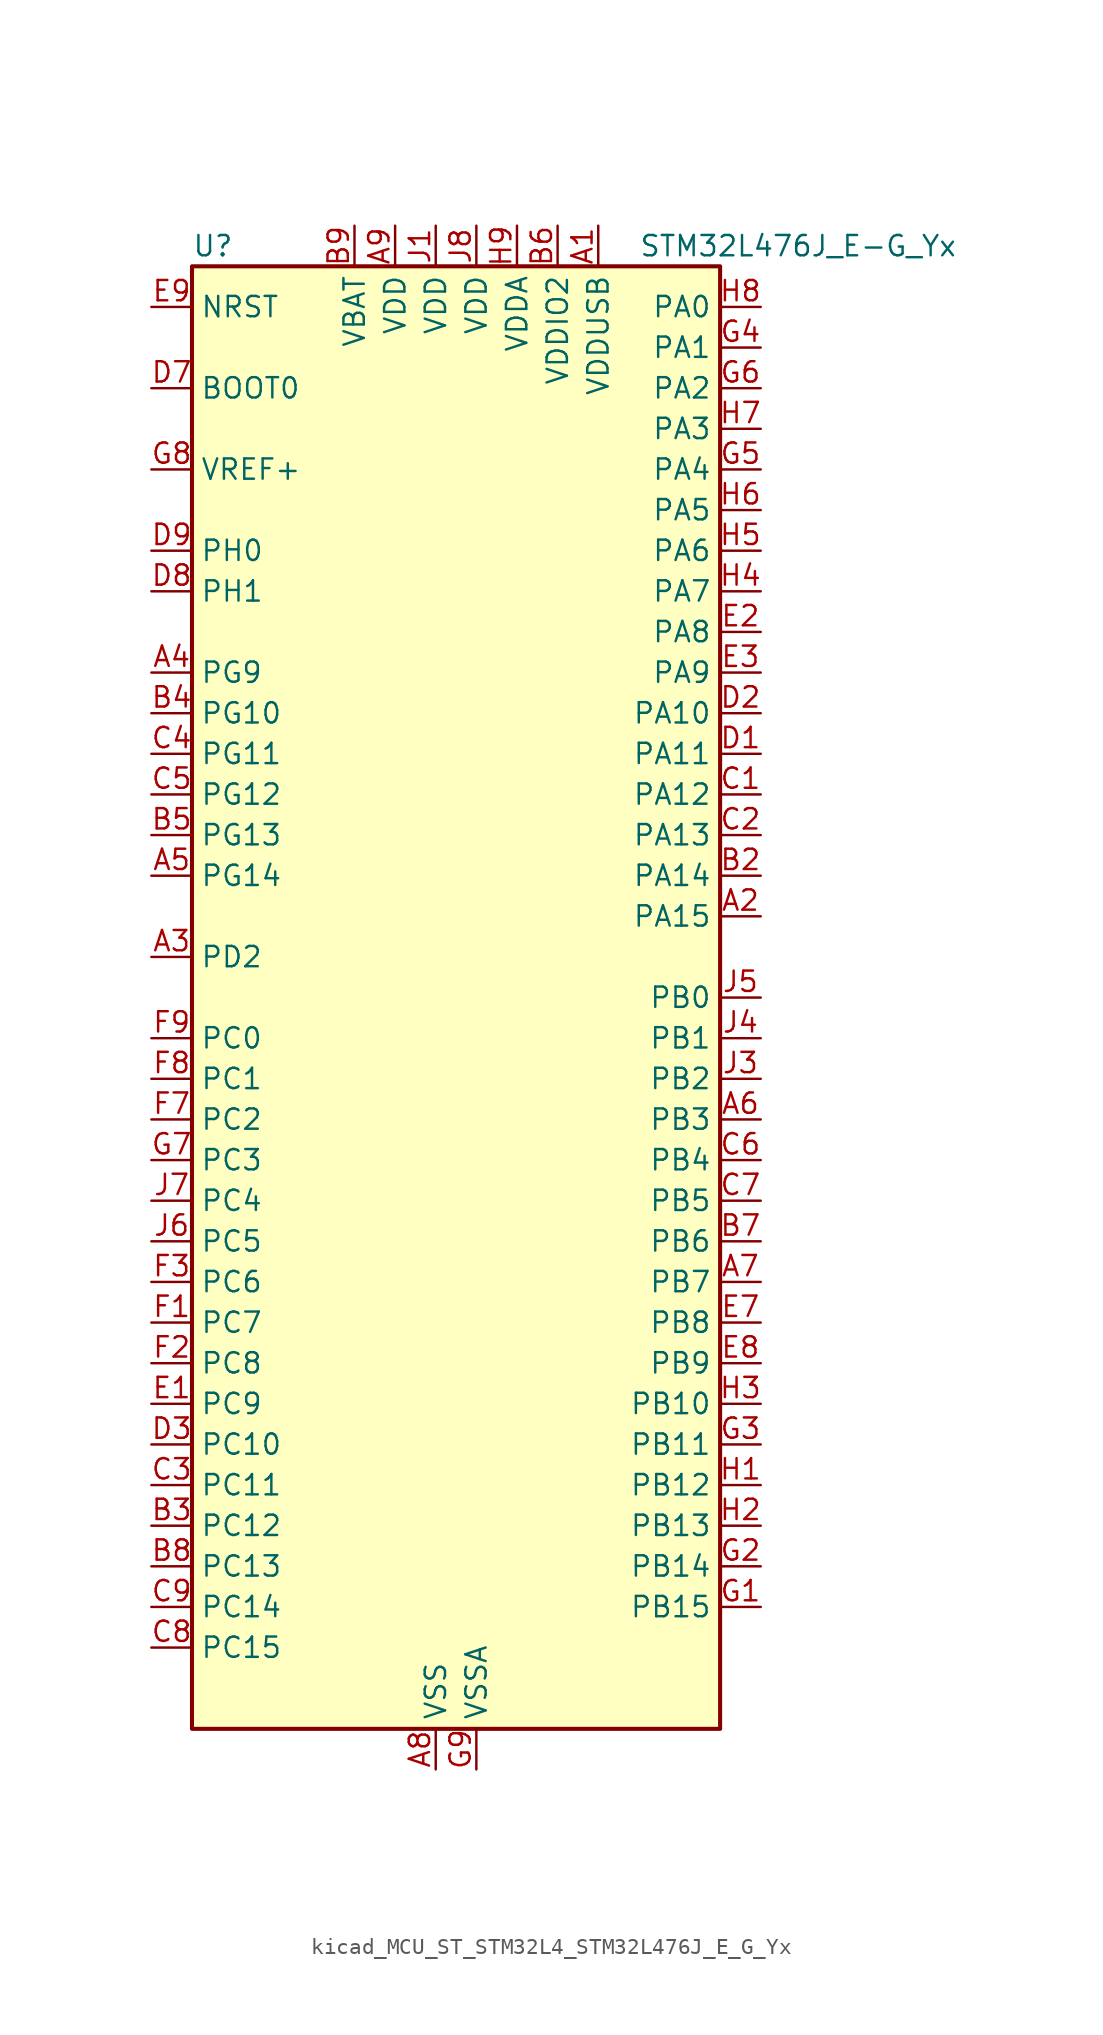
<source format=kicad_sym>
(kicad_symbol_lib
  (version 20220914)
  (generator kicad_symbol_editor)
  (symbol "kicad_MCU_ST_STM32L4_STM32L476J_E_G_Yx"
    (property "Reference" "U"
      (at -15.24 46.99 0)
      (effects (font (size 1.27 1.27)) (justify left)))
    (property "Value" "STM32L476J_E-G_Yx"
      (at 12.7 46.99 0)
      (effects (font (size 1.27 1.27)) (justify left)))
    (property "ki_locked" ""
      (at 0 0 0)
      (effects (font (size 1.27 1.27))))
    (symbol "kicad_MCU_ST_STM32L4_STM32L476J_E_G_Yx_0_1"
      (rectangle (start -15.24 -45.72) (end 17.78 45.72) (stroke (width 0.254) (type default)) (fill (type background))))
    (symbol "kicad_MCU_ST_STM32L4_STM32L476J_E_G_Yx_1_1"
      (pin power_in line (at 10.16 48.26 270) (length 2.54) (name "VDDUSB" (effects (font (size 1.27 1.27)))) (number "A1" (effects (font (size 1.27 1.27)))))
      (pin bidirectional line (at 20.32 5.08 180) (length 2.54) (name "PA15" (effects (font (size 1.27 1.27)))) (number "A2" (effects (font (size 1.27 1.27)))) (alternate "ADC1_EXTI15" bidirectional line) (alternate "ADC2_EXTI15" bidirectional line) (alternate "ADC3_EXTI15" bidirectional line) (alternate "LCD_SEG17" bidirectional line) (alternate "SAI2_FS_B" bidirectional line) (alternate "SPI1_NSS" bidirectional line) (alternate "SPI3_NSS" bidirectional line) (alternate "SYS_JTDI" bidirectional line) (alternate "TIM2_CH1" bidirectional line) (alternate "TIM2_ETR" bidirectional line) (alternate "TSC_G3_IO1" bidirectional line) (alternate "UART4_DE" bidirectional line) (alternate "UART4_RTS" bidirectional line))
      (pin bidirectional line (at -17.78 2.54 0) (length 2.54) (name "PD2" (effects (font (size 1.27 1.27)))) (number "A3" (effects (font (size 1.27 1.27)))) (alternate "LCD_COM7" bidirectional line) (alternate "LCD_SEG31" bidirectional line) (alternate "LCD_SEG43" bidirectional line) (alternate "SDMMC1_CMD" bidirectional line) (alternate "TIM3_ETR" bidirectional line) (alternate "TSC_SYNC" bidirectional line) (alternate "UART5_RX" bidirectional line) (alternate "USART3_DE" bidirectional line) (alternate "USART3_RTS" bidirectional line))
      (pin bidirectional line (at -17.78 20.32 0) (length 2.54) (name "PG9" (effects (font (size 1.27 1.27)))) (number "A4" (effects (font (size 1.27 1.27)))) (alternate "DAC1_EXTI9" bidirectional line) (alternate "SAI2_SCK_A" bidirectional line) (alternate "SPI3_SCK" bidirectional line) (alternate "TIM15_CH1N" bidirectional line) (alternate "USART1_TX" bidirectional line))
      (pin bidirectional line (at -17.78 7.62 0) (length 2.54) (name "PG14" (effects (font (size 1.27 1.27)))) (number "A5" (effects (font (size 1.27 1.27)))) (alternate "I2C1_SCL" bidirectional line))
      (pin bidirectional line (at 20.32 -7.62 180) (length 2.54) (name "PB3" (effects (font (size 1.27 1.27)))) (number "A6" (effects (font (size 1.27 1.27)))) (alternate "COMP2_INM" bidirectional line) (alternate "LCD_SEG7" bidirectional line) (alternate "SAI1_SCK_B" bidirectional line) (alternate "SPI1_SCK" bidirectional line) (alternate "SPI3_SCK" bidirectional line) (alternate "SYS_JTDO-SWO" bidirectional line) (alternate "TIM2_CH2" bidirectional line) (alternate "USART1_DE" bidirectional line) (alternate "USART1_RTS" bidirectional line))
      (pin bidirectional line (at 20.32 -17.78 180) (length 2.54) (name "PB7" (effects (font (size 1.27 1.27)))) (number "A7" (effects (font (size 1.27 1.27)))) (alternate "COMP2_INM" bidirectional line) (alternate "DFSDM1_CKIN5" bidirectional line) (alternate "I2C1_SDA" bidirectional line) (alternate "LCD_SEG21" bidirectional line) (alternate "LPTIM1_IN2" bidirectional line) (alternate "SYS_PVD_IN" bidirectional line) (alternate "TIM17_CH1N" bidirectional line) (alternate "TIM4_CH2" bidirectional line) (alternate "TIM8_BKIN" bidirectional line) (alternate "TIM8_BKIN_COMP1" bidirectional line) (alternate "TSC_G2_IO4" bidirectional line) (alternate "UART4_CTS" bidirectional line) (alternate "USART1_RX" bidirectional line))
      (pin power_in line (at 0 -48.26 90) (length 2.54) (name "VSS" (effects (font (size 1.27 1.27)))) (number "A8" (effects (font (size 1.27 1.27)))))
      (pin power_in line (at -2.54 48.26 270) (length 2.54) (name "VDD" (effects (font (size 1.27 1.27)))) (number "A9" (effects (font (size 1.27 1.27)))))
      (pin passive line (at 0 -48.26 90) (length 2.54) hide (name "VSS" (effects (font (size 1.27 1.27)))) (number "B1" (effects (font (size 1.27 1.27)))))
      (pin bidirectional line (at 20.32 7.62 180) (length 2.54) (name "PA14" (effects (font (size 1.27 1.27)))) (number "B2" (effects (font (size 1.27 1.27)))) (alternate "SYS_JTCK-SWCLK" bidirectional line))
      (pin bidirectional line (at -17.78 -33.02 0) (length 2.54) (name "PC12" (effects (font (size 1.27 1.27)))) (number "B3" (effects (font (size 1.27 1.27)))) (alternate "LCD_COM6" bidirectional line) (alternate "LCD_SEG30" bidirectional line) (alternate "LCD_SEG42" bidirectional line) (alternate "SAI2_SD_B" bidirectional line) (alternate "SDMMC1_CK" bidirectional line) (alternate "SPI3_MOSI" bidirectional line) (alternate "TSC_G3_IO4" bidirectional line) (alternate "UART5_TX" bidirectional line) (alternate "USART3_CK" bidirectional line))
      (pin bidirectional line (at -17.78 17.78 0) (length 2.54) (name "PG10" (effects (font (size 1.27 1.27)))) (number "B4" (effects (font (size 1.27 1.27)))) (alternate "LPTIM1_IN1" bidirectional line) (alternate "SAI2_FS_A" bidirectional line) (alternate "SPI3_MISO" bidirectional line) (alternate "TIM15_CH1" bidirectional line) (alternate "USART1_RX" bidirectional line))
      (pin bidirectional line (at -17.78 10.16 0) (length 2.54) (name "PG13" (effects (font (size 1.27 1.27)))) (number "B5" (effects (font (size 1.27 1.27)))) (alternate "I2C1_SDA" bidirectional line) (alternate "USART1_CK" bidirectional line))
      (pin power_in line (at 7.62 48.26 270) (length 2.54) (name "VDDIO2" (effects (font (size 1.27 1.27)))) (number "B6" (effects (font (size 1.27 1.27)))))
      (pin bidirectional line (at 20.32 -15.24 180) (length 2.54) (name "PB6" (effects (font (size 1.27 1.27)))) (number "B7" (effects (font (size 1.27 1.27)))) (alternate "COMP2_INP" bidirectional line) (alternate "DFSDM1_DATIN5" bidirectional line) (alternate "I2C1_SCL" bidirectional line) (alternate "LPTIM1_ETR" bidirectional line) (alternate "SAI1_FS_B" bidirectional line) (alternate "TIM16_CH1N" bidirectional line) (alternate "TIM4_CH1" bidirectional line) (alternate "TIM8_BKIN2" bidirectional line) (alternate "TIM8_BKIN2_COMP2" bidirectional line) (alternate "TSC_G2_IO3" bidirectional line) (alternate "USART1_TX" bidirectional line))
      (pin bidirectional line (at -17.78 -35.56 0) (length 2.54) (name "PC13" (effects (font (size 1.27 1.27)))) (number "B8" (effects (font (size 1.27 1.27)))) (alternate "RTC_OUT_ALARM" bidirectional line) (alternate "RTC_OUT_CALIB" bidirectional line) (alternate "RTC_TAMP1" bidirectional line) (alternate "RTC_TS" bidirectional line) (alternate "SYS_WKUP2" bidirectional line))
      (pin power_in line (at -5.08 48.26 270) (length 2.54) (name "VBAT" (effects (font (size 1.27 1.27)))) (number "B9" (effects (font (size 1.27 1.27)))))
      (pin bidirectional line (at 20.32 12.7 180) (length 2.54) (name "PA12" (effects (font (size 1.27 1.27)))) (number "C1" (effects (font (size 1.27 1.27)))) (alternate "CAN1_TX" bidirectional line) (alternate "TIM1_ETR" bidirectional line) (alternate "USART1_DE" bidirectional line) (alternate "USART1_RTS" bidirectional line) (alternate "USB_OTG_FS_DP" bidirectional line))
      (pin bidirectional line (at 20.32 10.16 180) (length 2.54) (name "PA13" (effects (font (size 1.27 1.27)))) (number "C2" (effects (font (size 1.27 1.27)))) (alternate "IR_OUT" bidirectional line) (alternate "SYS_JTMS-SWDIO" bidirectional line) (alternate "USB_OTG_FS_NOE" bidirectional line))
      (pin bidirectional line (at -17.78 -30.48 0) (length 2.54) (name "PC11" (effects (font (size 1.27 1.27)))) (number "C3" (effects (font (size 1.27 1.27)))) (alternate "ADC1_EXTI11" bidirectional line) (alternate "ADC2_EXTI11" bidirectional line) (alternate "ADC3_EXTI11" bidirectional line) (alternate "LCD_COM5" bidirectional line) (alternate "LCD_SEG29" bidirectional line) (alternate "LCD_SEG41" bidirectional line) (alternate "SAI2_MCLK_B" bidirectional line) (alternate "SDMMC1_D3" bidirectional line) (alternate "SPI3_MISO" bidirectional line) (alternate "TSC_G3_IO3" bidirectional line) (alternate "UART4_RX" bidirectional line) (alternate "USART3_RX" bidirectional line))
      (pin bidirectional line (at -17.78 15.24 0) (length 2.54) (name "PG11" (effects (font (size 1.27 1.27)))) (number "C4" (effects (font (size 1.27 1.27)))) (alternate "ADC1_EXTI11" bidirectional line) (alternate "ADC2_EXTI11" bidirectional line) (alternate "ADC3_EXTI11" bidirectional line) (alternate "LPTIM1_IN2" bidirectional line) (alternate "SAI2_MCLK_A" bidirectional line) (alternate "SPI3_MOSI" bidirectional line) (alternate "TIM15_CH2" bidirectional line) (alternate "USART1_CTS" bidirectional line))
      (pin bidirectional line (at -17.78 12.7 0) (length 2.54) (name "PG12" (effects (font (size 1.27 1.27)))) (number "C5" (effects (font (size 1.27 1.27)))) (alternate "LPTIM1_ETR" bidirectional line) (alternate "SAI2_SD_A" bidirectional line) (alternate "SPI3_NSS" bidirectional line) (alternate "USART1_DE" bidirectional line) (alternate "USART1_RTS" bidirectional line))
      (pin bidirectional line (at 20.32 -10.16 180) (length 2.54) (name "PB4" (effects (font (size 1.27 1.27)))) (number "C6" (effects (font (size 1.27 1.27)))) (alternate "COMP2_INP" bidirectional line) (alternate "LCD_SEG8" bidirectional line) (alternate "SAI1_MCLK_B" bidirectional line) (alternate "SPI1_MISO" bidirectional line) (alternate "SPI3_MISO" bidirectional line) (alternate "SYS_JTRST" bidirectional line) (alternate "TIM17_BKIN" bidirectional line) (alternate "TIM3_CH1" bidirectional line) (alternate "TSC_G2_IO1" bidirectional line) (alternate "UART5_DE" bidirectional line) (alternate "UART5_RTS" bidirectional line) (alternate "USART1_CTS" bidirectional line))
      (pin bidirectional line (at 20.32 -12.7 180) (length 2.54) (name "PB5" (effects (font (size 1.27 1.27)))) (number "C7" (effects (font (size 1.27 1.27)))) (alternate "COMP2_OUT" bidirectional line) (alternate "I2C1_SMBA" bidirectional line) (alternate "LCD_SEG9" bidirectional line) (alternate "LPTIM1_IN1" bidirectional line) (alternate "SAI1_SD_B" bidirectional line) (alternate "SPI1_MOSI" bidirectional line) (alternate "SPI3_MOSI" bidirectional line) (alternate "TIM16_BKIN" bidirectional line) (alternate "TIM3_CH2" bidirectional line) (alternate "TSC_G2_IO2" bidirectional line) (alternate "UART5_CTS" bidirectional line) (alternate "USART1_CK" bidirectional line))
      (pin bidirectional line (at -17.78 -40.64 0) (length 2.54) (name "PC15" (effects (font (size 1.27 1.27)))) (number "C8" (effects (font (size 1.27 1.27)))) (alternate "ADC1_EXTI15" bidirectional line) (alternate "ADC2_EXTI15" bidirectional line) (alternate "ADC3_EXTI15" bidirectional line) (alternate "RCC_OSC32_OUT" bidirectional line))
      (pin bidirectional line (at -17.78 -38.1 0) (length 2.54) (name "PC14" (effects (font (size 1.27 1.27)))) (number "C9" (effects (font (size 1.27 1.27)))) (alternate "RCC_OSC32_IN" bidirectional line))
      (pin bidirectional line (at 20.32 15.24 180) (length 2.54) (name "PA11" (effects (font (size 1.27 1.27)))) (number "D1" (effects (font (size 1.27 1.27)))) (alternate "ADC1_EXTI11" bidirectional line) (alternate "ADC2_EXTI11" bidirectional line) (alternate "ADC3_EXTI11" bidirectional line) (alternate "CAN1_RX" bidirectional line) (alternate "TIM1_BKIN2" bidirectional line) (alternate "TIM1_BKIN2_COMP1" bidirectional line) (alternate "TIM1_CH4" bidirectional line) (alternate "USART1_CTS" bidirectional line) (alternate "USB_OTG_FS_DM" bidirectional line))
      (pin bidirectional line (at 20.32 17.78 180) (length 2.54) (name "PA10" (effects (font (size 1.27 1.27)))) (number "D2" (effects (font (size 1.27 1.27)))) (alternate "LCD_COM2" bidirectional line) (alternate "TIM17_BKIN" bidirectional line) (alternate "TIM1_CH3" bidirectional line) (alternate "USART1_RX" bidirectional line) (alternate "USB_OTG_FS_ID" bidirectional line))
      (pin bidirectional line (at -17.78 -27.94 0) (length 2.54) (name "PC10" (effects (font (size 1.27 1.27)))) (number "D3" (effects (font (size 1.27 1.27)))) (alternate "LCD_COM4" bidirectional line) (alternate "LCD_SEG28" bidirectional line) (alternate "LCD_SEG40" bidirectional line) (alternate "SAI2_SCK_B" bidirectional line) (alternate "SDMMC1_D2" bidirectional line) (alternate "SPI3_SCK" bidirectional line) (alternate "TSC_G3_IO2" bidirectional line) (alternate "UART4_TX" bidirectional line) (alternate "USART3_TX" bidirectional line))
      (pin input line (at -17.78 38.1 0) (length 2.54) (name "BOOT0" (effects (font (size 1.27 1.27)))) (number "D7" (effects (font (size 1.27 1.27)))))
      (pin bidirectional line (at -17.78 25.4 0) (length 2.54) (name "PH1" (effects (font (size 1.27 1.27)))) (number "D8" (effects (font (size 1.27 1.27)))) (alternate "RCC_OSC_OUT" bidirectional line))
      (pin bidirectional line (at -17.78 27.94 0) (length 2.54) (name "PH0" (effects (font (size 1.27 1.27)))) (number "D9" (effects (font (size 1.27 1.27)))) (alternate "RCC_OSC_IN" bidirectional line))
      (pin bidirectional line (at -17.78 -25.4 0) (length 2.54) (name "PC9" (effects (font (size 1.27 1.27)))) (number "E1" (effects (font (size 1.27 1.27)))) (alternate "DAC1_EXTI9" bidirectional line) (alternate "LCD_SEG27" bidirectional line) (alternate "SAI2_EXTCLK" bidirectional line) (alternate "SDMMC1_D1" bidirectional line) (alternate "TIM3_CH4" bidirectional line) (alternate "TIM8_BKIN2" bidirectional line) (alternate "TIM8_BKIN2_COMP1" bidirectional line) (alternate "TIM8_CH4" bidirectional line) (alternate "TSC_G4_IO4" bidirectional line) (alternate "USB_OTG_FS_NOE" bidirectional line))
      (pin bidirectional line (at 20.32 22.86 180) (length 2.54) (name "PA8" (effects (font (size 1.27 1.27)))) (number "E2" (effects (font (size 1.27 1.27)))) (alternate "LCD_COM0" bidirectional line) (alternate "LPTIM2_OUT" bidirectional line) (alternate "RCC_MCO" bidirectional line) (alternate "TIM1_CH1" bidirectional line) (alternate "USART1_CK" bidirectional line) (alternate "USB_OTG_FS_SOF" bidirectional line))
      (pin bidirectional line (at 20.32 20.32 180) (length 2.54) (name "PA9" (effects (font (size 1.27 1.27)))) (number "E3" (effects (font (size 1.27 1.27)))) (alternate "DAC1_EXTI9" bidirectional line) (alternate "LCD_COM1" bidirectional line) (alternate "TIM15_BKIN" bidirectional line) (alternate "TIM1_CH2" bidirectional line) (alternate "USART1_TX" bidirectional line) (alternate "USB_OTG_FS_VBUS" bidirectional line))
      (pin bidirectional line (at 20.32 -20.32 180) (length 2.54) (name "PB8" (effects (font (size 1.27 1.27)))) (number "E7" (effects (font (size 1.27 1.27)))) (alternate "CAN1_RX" bidirectional line) (alternate "DFSDM1_DATIN6" bidirectional line) (alternate "I2C1_SCL" bidirectional line) (alternate "LCD_SEG16" bidirectional line) (alternate "SAI1_MCLK_A" bidirectional line) (alternate "SDMMC1_D4" bidirectional line) (alternate "TIM16_CH1" bidirectional line) (alternate "TIM4_CH3" bidirectional line))
      (pin bidirectional line (at 20.32 -22.86 180) (length 2.54) (name "PB9" (effects (font (size 1.27 1.27)))) (number "E8" (effects (font (size 1.27 1.27)))) (alternate "CAN1_TX" bidirectional line) (alternate "DAC1_EXTI9" bidirectional line) (alternate "DFSDM1_CKIN6" bidirectional line) (alternate "I2C1_SDA" bidirectional line) (alternate "IR_OUT" bidirectional line) (alternate "LCD_COM3" bidirectional line) (alternate "SAI1_FS_A" bidirectional line) (alternate "SDMMC1_D5" bidirectional line) (alternate "SPI2_NSS" bidirectional line) (alternate "TIM17_CH1" bidirectional line) (alternate "TIM4_CH4" bidirectional line))
      (pin input line (at -17.78 43.18 0) (length 2.54) (name "NRST" (effects (font (size 1.27 1.27)))) (number "E9" (effects (font (size 1.27 1.27)))))
      (pin bidirectional line (at -17.78 -20.32 0) (length 2.54) (name "PC7" (effects (font (size 1.27 1.27)))) (number "F1" (effects (font (size 1.27 1.27)))) (alternate "DFSDM1_DATIN3" bidirectional line) (alternate "LCD_SEG25" bidirectional line) (alternate "SAI2_MCLK_B" bidirectional line) (alternate "SDMMC1_D7" bidirectional line) (alternate "TIM3_CH2" bidirectional line) (alternate "TIM8_CH2" bidirectional line) (alternate "TSC_G4_IO2" bidirectional line))
      (pin bidirectional line (at -17.78 -22.86 0) (length 2.54) (name "PC8" (effects (font (size 1.27 1.27)))) (number "F2" (effects (font (size 1.27 1.27)))) (alternate "LCD_SEG26" bidirectional line) (alternate "SDMMC1_D0" bidirectional line) (alternate "TIM3_CH3" bidirectional line) (alternate "TIM8_CH3" bidirectional line) (alternate "TSC_G4_IO3" bidirectional line))
      (pin bidirectional line (at -17.78 -17.78 0) (length 2.54) (name "PC6" (effects (font (size 1.27 1.27)))) (number "F3" (effects (font (size 1.27 1.27)))) (alternate "DFSDM1_CKIN3" bidirectional line) (alternate "LCD_SEG24" bidirectional line) (alternate "SAI2_MCLK_A" bidirectional line) (alternate "SDMMC1_D6" bidirectional line) (alternate "TIM3_CH1" bidirectional line) (alternate "TIM8_CH1" bidirectional line) (alternate "TSC_G4_IO1" bidirectional line))
      (pin bidirectional line (at -17.78 -7.62 0) (length 2.54) (name "PC2" (effects (font (size 1.27 1.27)))) (number "F7" (effects (font (size 1.27 1.27)))) (alternate "ADC1_IN3" bidirectional line) (alternate "ADC2_IN3" bidirectional line) (alternate "ADC3_IN3" bidirectional line) (alternate "DFSDM1_CKOUT" bidirectional line) (alternate "LCD_SEG20" bidirectional line) (alternate "LPTIM1_IN2" bidirectional line) (alternate "SPI2_MISO" bidirectional line))
      (pin bidirectional line (at -17.78 -5.08 0) (length 2.54) (name "PC1" (effects (font (size 1.27 1.27)))) (number "F8" (effects (font (size 1.27 1.27)))) (alternate "ADC1_IN2" bidirectional line) (alternate "ADC2_IN2" bidirectional line) (alternate "ADC3_IN2" bidirectional line) (alternate "DFSDM1_CKIN4" bidirectional line) (alternate "I2C3_SDA" bidirectional line) (alternate "LCD_SEG19" bidirectional line) (alternate "LPTIM1_OUT" bidirectional line) (alternate "LPUART1_TX" bidirectional line))
      (pin bidirectional line (at -17.78 -2.54 0) (length 2.54) (name "PC0" (effects (font (size 1.27 1.27)))) (number "F9" (effects (font (size 1.27 1.27)))) (alternate "ADC1_IN1" bidirectional line) (alternate "ADC2_IN1" bidirectional line) (alternate "ADC3_IN1" bidirectional line) (alternate "DFSDM1_DATIN4" bidirectional line) (alternate "I2C3_SCL" bidirectional line) (alternate "LCD_SEG18" bidirectional line) (alternate "LPTIM1_IN1" bidirectional line) (alternate "LPTIM2_IN1" bidirectional line) (alternate "LPUART1_RX" bidirectional line))
      (pin bidirectional line (at 20.32 -38.1 180) (length 2.54) (name "PB15" (effects (font (size 1.27 1.27)))) (number "G1" (effects (font (size 1.27 1.27)))) (alternate "ADC1_EXTI15" bidirectional line) (alternate "ADC2_EXTI15" bidirectional line) (alternate "ADC3_EXTI15" bidirectional line) (alternate "DFSDM1_CKIN2" bidirectional line) (alternate "LCD_SEG15" bidirectional line) (alternate "RTC_REFIN" bidirectional line) (alternate "SAI2_SD_A" bidirectional line) (alternate "SPI2_MOSI" bidirectional line) (alternate "SWPMI1_SUSPEND" bidirectional line) (alternate "TIM15_CH2" bidirectional line) (alternate "TIM1_CH3N" bidirectional line) (alternate "TIM8_CH3N" bidirectional line) (alternate "TSC_G1_IO4" bidirectional line))
      (pin bidirectional line (at 20.32 -35.56 180) (length 2.54) (name "PB14" (effects (font (size 1.27 1.27)))) (number "G2" (effects (font (size 1.27 1.27)))) (alternate "DFSDM1_DATIN2" bidirectional line) (alternate "I2C2_SDA" bidirectional line) (alternate "LCD_SEG14" bidirectional line) (alternate "SAI2_MCLK_A" bidirectional line) (alternate "SPI2_MISO" bidirectional line) (alternate "SWPMI1_RX" bidirectional line) (alternate "TIM15_CH1" bidirectional line) (alternate "TIM1_CH2N" bidirectional line) (alternate "TIM8_CH2N" bidirectional line) (alternate "TSC_G1_IO3" bidirectional line) (alternate "USART3_DE" bidirectional line) (alternate "USART3_RTS" bidirectional line))
      (pin bidirectional line (at 20.32 -27.94 180) (length 2.54) (name "PB11" (effects (font (size 1.27 1.27)))) (number "G3" (effects (font (size 1.27 1.27)))) (alternate "ADC1_EXTI11" bidirectional line) (alternate "ADC2_EXTI11" bidirectional line) (alternate "ADC3_EXTI11" bidirectional line) (alternate "COMP2_OUT" bidirectional line) (alternate "DFSDM1_CKIN7" bidirectional line) (alternate "I2C2_SDA" bidirectional line) (alternate "LCD_SEG11" bidirectional line) (alternate "LPUART1_TX" bidirectional line) (alternate "QUADSPI_NCS" bidirectional line) (alternate "TIM2_CH4" bidirectional line) (alternate "USART3_RX" bidirectional line))
      (pin bidirectional line (at 20.32 40.64 180) (length 2.54) (name "PA1" (effects (font (size 1.27 1.27)))) (number "G4" (effects (font (size 1.27 1.27)))) (alternate "ADC1_IN6" bidirectional line) (alternate "ADC2_IN6" bidirectional line) (alternate "LCD_SEG0" bidirectional line) (alternate "OPAMP1_VINM" bidirectional line) (alternate "TIM15_CH1N" bidirectional line) (alternate "TIM2_CH2" bidirectional line) (alternate "TIM5_CH2" bidirectional line) (alternate "UART4_RX" bidirectional line) (alternate "USART2_DE" bidirectional line) (alternate "USART2_RTS" bidirectional line))
      (pin bidirectional line (at 20.32 33.02 180) (length 2.54) (name "PA4" (effects (font (size 1.27 1.27)))) (number "G5" (effects (font (size 1.27 1.27)))) (alternate "ADC1_IN9" bidirectional line) (alternate "ADC2_IN9" bidirectional line) (alternate "DAC1_OUT1" bidirectional line) (alternate "LPTIM2_OUT" bidirectional line) (alternate "SAI1_FS_B" bidirectional line) (alternate "SPI1_NSS" bidirectional line) (alternate "SPI3_NSS" bidirectional line) (alternate "USART2_CK" bidirectional line))
      (pin bidirectional line (at 20.32 38.1 180) (length 2.54) (name "PA2" (effects (font (size 1.27 1.27)))) (number "G6" (effects (font (size 1.27 1.27)))) (alternate "ADC1_IN7" bidirectional line) (alternate "ADC2_IN7" bidirectional line) (alternate "LCD_SEG1" bidirectional line) (alternate "RCC_LSCO" bidirectional line) (alternate "SAI2_EXTCLK" bidirectional line) (alternate "SYS_WKUP4" bidirectional line) (alternate "TIM15_CH1" bidirectional line) (alternate "TIM2_CH3" bidirectional line) (alternate "TIM5_CH3" bidirectional line) (alternate "USART2_TX" bidirectional line))
      (pin bidirectional line (at -17.78 -10.16 0) (length 2.54) (name "PC3" (effects (font (size 1.27 1.27)))) (number "G7" (effects (font (size 1.27 1.27)))) (alternate "ADC1_IN4" bidirectional line) (alternate "ADC2_IN4" bidirectional line) (alternate "ADC3_IN4" bidirectional line) (alternate "LCD_VLCD" bidirectional line) (alternate "LPTIM1_ETR" bidirectional line) (alternate "LPTIM2_ETR" bidirectional line) (alternate "SAI1_SD_A" bidirectional line) (alternate "SPI2_MOSI" bidirectional line))
      (pin input line (at -17.78 33.02 0) (length 2.54) (name "VREF+" (effects (font (size 1.27 1.27)))) (number "G8" (effects (font (size 1.27 1.27)))) (alternate "VREFBUF_OUT" bidirectional line))
      (pin power_in line (at 2.54 -48.26 90) (length 2.54) (name "VSSA" (effects (font (size 1.27 1.27)))) (number "G9" (effects (font (size 1.27 1.27)))))
      (pin bidirectional line (at 20.32 -30.48 180) (length 2.54) (name "PB12" (effects (font (size 1.27 1.27)))) (number "H1" (effects (font (size 1.27 1.27)))) (alternate "DFSDM1_DATIN1" bidirectional line) (alternate "I2C2_SMBA" bidirectional line) (alternate "LCD_SEG12" bidirectional line) (alternate "LPUART1_DE" bidirectional line) (alternate "LPUART1_RTS" bidirectional line) (alternate "SAI2_FS_A" bidirectional line) (alternate "SPI2_NSS" bidirectional line) (alternate "SWPMI1_IO" bidirectional line) (alternate "TIM15_BKIN" bidirectional line) (alternate "TIM1_BKIN" bidirectional line) (alternate "TIM1_BKIN_COMP2" bidirectional line) (alternate "TSC_G1_IO1" bidirectional line) (alternate "USART3_CK" bidirectional line))
      (pin bidirectional line (at 20.32 -33.02 180) (length 2.54) (name "PB13" (effects (font (size 1.27 1.27)))) (number "H2" (effects (font (size 1.27 1.27)))) (alternate "DFSDM1_CKIN1" bidirectional line) (alternate "I2C2_SCL" bidirectional line) (alternate "LCD_SEG13" bidirectional line) (alternate "LPUART1_CTS" bidirectional line) (alternate "SAI2_SCK_A" bidirectional line) (alternate "SPI2_SCK" bidirectional line) (alternate "SWPMI1_TX" bidirectional line) (alternate "TIM15_CH1N" bidirectional line) (alternate "TIM1_CH1N" bidirectional line) (alternate "TSC_G1_IO2" bidirectional line) (alternate "USART3_CTS" bidirectional line))
      (pin bidirectional line (at 20.32 -25.4 180) (length 2.54) (name "PB10" (effects (font (size 1.27 1.27)))) (number "H3" (effects (font (size 1.27 1.27)))) (alternate "COMP1_OUT" bidirectional line) (alternate "DFSDM1_DATIN7" bidirectional line) (alternate "I2C2_SCL" bidirectional line) (alternate "LCD_SEG10" bidirectional line) (alternate "LPUART1_RX" bidirectional line) (alternate "QUADSPI_CLK" bidirectional line) (alternate "SAI1_SCK_A" bidirectional line) (alternate "SPI2_SCK" bidirectional line) (alternate "TIM2_CH3" bidirectional line) (alternate "USART3_TX" bidirectional line))
      (pin bidirectional line (at 20.32 25.4 180) (length 2.54) (name "PA7" (effects (font (size 1.27 1.27)))) (number "H4" (effects (font (size 1.27 1.27)))) (alternate "ADC1_IN12" bidirectional line) (alternate "ADC2_IN12" bidirectional line) (alternate "LCD_SEG4" bidirectional line) (alternate "OPAMP2_VINM" bidirectional line) (alternate "QUADSPI_BK1_IO2" bidirectional line) (alternate "SPI1_MOSI" bidirectional line) (alternate "TIM17_CH1" bidirectional line) (alternate "TIM1_CH1N" bidirectional line) (alternate "TIM3_CH2" bidirectional line) (alternate "TIM8_CH1N" bidirectional line))
      (pin bidirectional line (at 20.32 27.94 180) (length 2.54) (name "PA6" (effects (font (size 1.27 1.27)))) (number "H5" (effects (font (size 1.27 1.27)))) (alternate "ADC1_IN11" bidirectional line) (alternate "ADC2_IN11" bidirectional line) (alternate "LCD_SEG3" bidirectional line) (alternate "OPAMP2_VINP" bidirectional line) (alternate "QUADSPI_BK1_IO3" bidirectional line) (alternate "SPI1_MISO" bidirectional line) (alternate "TIM16_CH1" bidirectional line) (alternate "TIM1_BKIN" bidirectional line) (alternate "TIM1_BKIN_COMP2" bidirectional line) (alternate "TIM3_CH1" bidirectional line) (alternate "TIM8_BKIN" bidirectional line) (alternate "TIM8_BKIN_COMP2" bidirectional line) (alternate "USART3_CTS" bidirectional line))
      (pin bidirectional line (at 20.32 30.48 180) (length 2.54) (name "PA5" (effects (font (size 1.27 1.27)))) (number "H6" (effects (font (size 1.27 1.27)))) (alternate "ADC1_IN10" bidirectional line) (alternate "ADC2_IN10" bidirectional line) (alternate "DAC1_OUT2" bidirectional line) (alternate "LPTIM2_ETR" bidirectional line) (alternate "SPI1_SCK" bidirectional line) (alternate "TIM2_CH1" bidirectional line) (alternate "TIM2_ETR" bidirectional line) (alternate "TIM8_CH1N" bidirectional line))
      (pin bidirectional line (at 20.32 35.56 180) (length 2.54) (name "PA3" (effects (font (size 1.27 1.27)))) (number "H7" (effects (font (size 1.27 1.27)))) (alternate "ADC1_IN8" bidirectional line) (alternate "ADC2_IN8" bidirectional line) (alternate "LCD_SEG2" bidirectional line) (alternate "OPAMP1_VOUT" bidirectional line) (alternate "TIM15_CH2" bidirectional line) (alternate "TIM2_CH4" bidirectional line) (alternate "TIM5_CH4" bidirectional line) (alternate "USART2_RX" bidirectional line))
      (pin bidirectional line (at 20.32 43.18 180) (length 2.54) (name "PA0" (effects (font (size 1.27 1.27)))) (number "H8" (effects (font (size 1.27 1.27)))) (alternate "ADC1_IN5" bidirectional line) (alternate "ADC2_IN5" bidirectional line) (alternate "OPAMP1_VINP" bidirectional line) (alternate "RTC_TAMP2" bidirectional line) (alternate "SAI1_EXTCLK" bidirectional line) (alternate "SYS_WKUP1" bidirectional line) (alternate "TIM2_CH1" bidirectional line) (alternate "TIM2_ETR" bidirectional line) (alternate "TIM5_CH1" bidirectional line) (alternate "TIM8_ETR" bidirectional line) (alternate "UART4_TX" bidirectional line) (alternate "USART2_CTS" bidirectional line))
      (pin power_in line (at 5.08 48.26 270) (length 2.54) (name "VDDA" (effects (font (size 1.27 1.27)))) (number "H9" (effects (font (size 1.27 1.27)))))
      (pin power_in line (at 0 48.26 270) (length 2.54) (name "VDD" (effects (font (size 1.27 1.27)))) (number "J1" (effects (font (size 1.27 1.27)))))
      (pin passive line (at 0 -48.26 90) (length 2.54) hide (name "VSS" (effects (font (size 1.27 1.27)))) (number "J2" (effects (font (size 1.27 1.27)))))
      (pin bidirectional line (at 20.32 -5.08 180) (length 2.54) (name "PB2" (effects (font (size 1.27 1.27)))) (number "J3" (effects (font (size 1.27 1.27)))) (alternate "COMP1_INP" bidirectional line) (alternate "DFSDM1_CKIN0" bidirectional line) (alternate "I2C3_SMBA" bidirectional line) (alternate "LPTIM1_OUT" bidirectional line) (alternate "RTC_OUT_ALARM" bidirectional line) (alternate "RTC_OUT_CALIB" bidirectional line))
      (pin bidirectional line (at 20.32 -2.54 180) (length 2.54) (name "PB1" (effects (font (size 1.27 1.27)))) (number "J4" (effects (font (size 1.27 1.27)))) (alternate "ADC1_IN16" bidirectional line) (alternate "ADC2_IN16" bidirectional line) (alternate "COMP1_INM" bidirectional line) (alternate "DFSDM1_DATIN0" bidirectional line) (alternate "LCD_SEG6" bidirectional line) (alternate "LPTIM2_IN1" bidirectional line) (alternate "QUADSPI_BK1_IO0" bidirectional line) (alternate "TIM1_CH3N" bidirectional line) (alternate "TIM3_CH4" bidirectional line) (alternate "TIM8_CH3N" bidirectional line) (alternate "USART3_DE" bidirectional line) (alternate "USART3_RTS" bidirectional line))
      (pin bidirectional line (at 20.32 0 180) (length 2.54) (name "PB0" (effects (font (size 1.27 1.27)))) (number "J5" (effects (font (size 1.27 1.27)))) (alternate "ADC1_IN15" bidirectional line) (alternate "ADC2_IN15" bidirectional line) (alternate "COMP1_OUT" bidirectional line) (alternate "LCD_SEG5" bidirectional line) (alternate "OPAMP2_VOUT" bidirectional line) (alternate "QUADSPI_BK1_IO1" bidirectional line) (alternate "TIM1_CH2N" bidirectional line) (alternate "TIM3_CH3" bidirectional line) (alternate "TIM8_CH2N" bidirectional line) (alternate "USART3_CK" bidirectional line))
      (pin bidirectional line (at -17.78 -15.24 0) (length 2.54) (name "PC5" (effects (font (size 1.27 1.27)))) (number "J6" (effects (font (size 1.27 1.27)))) (alternate "ADC1_IN14" bidirectional line) (alternate "ADC2_IN14" bidirectional line) (alternate "COMP1_INP" bidirectional line) (alternate "LCD_SEG23" bidirectional line) (alternate "SYS_WKUP5" bidirectional line) (alternate "USART3_RX" bidirectional line))
      (pin bidirectional line (at -17.78 -12.7 0) (length 2.54) (name "PC4" (effects (font (size 1.27 1.27)))) (number "J7" (effects (font (size 1.27 1.27)))) (alternate "ADC1_IN13" bidirectional line) (alternate "ADC2_IN13" bidirectional line) (alternate "COMP1_INM" bidirectional line) (alternate "LCD_SEG22" bidirectional line) (alternate "USART3_TX" bidirectional line))
      (pin power_in line (at 2.54 48.26 270) (length 2.54) (name "VDD" (effects (font (size 1.27 1.27)))) (number "J8" (effects (font (size 1.27 1.27)))))
      (pin passive line (at 0 -48.26 90) (length 2.54) hide (name "VSS" (effects (font (size 1.27 1.27)))) (number "J9" (effects (font (size 1.27 1.27))))))))
</source>
